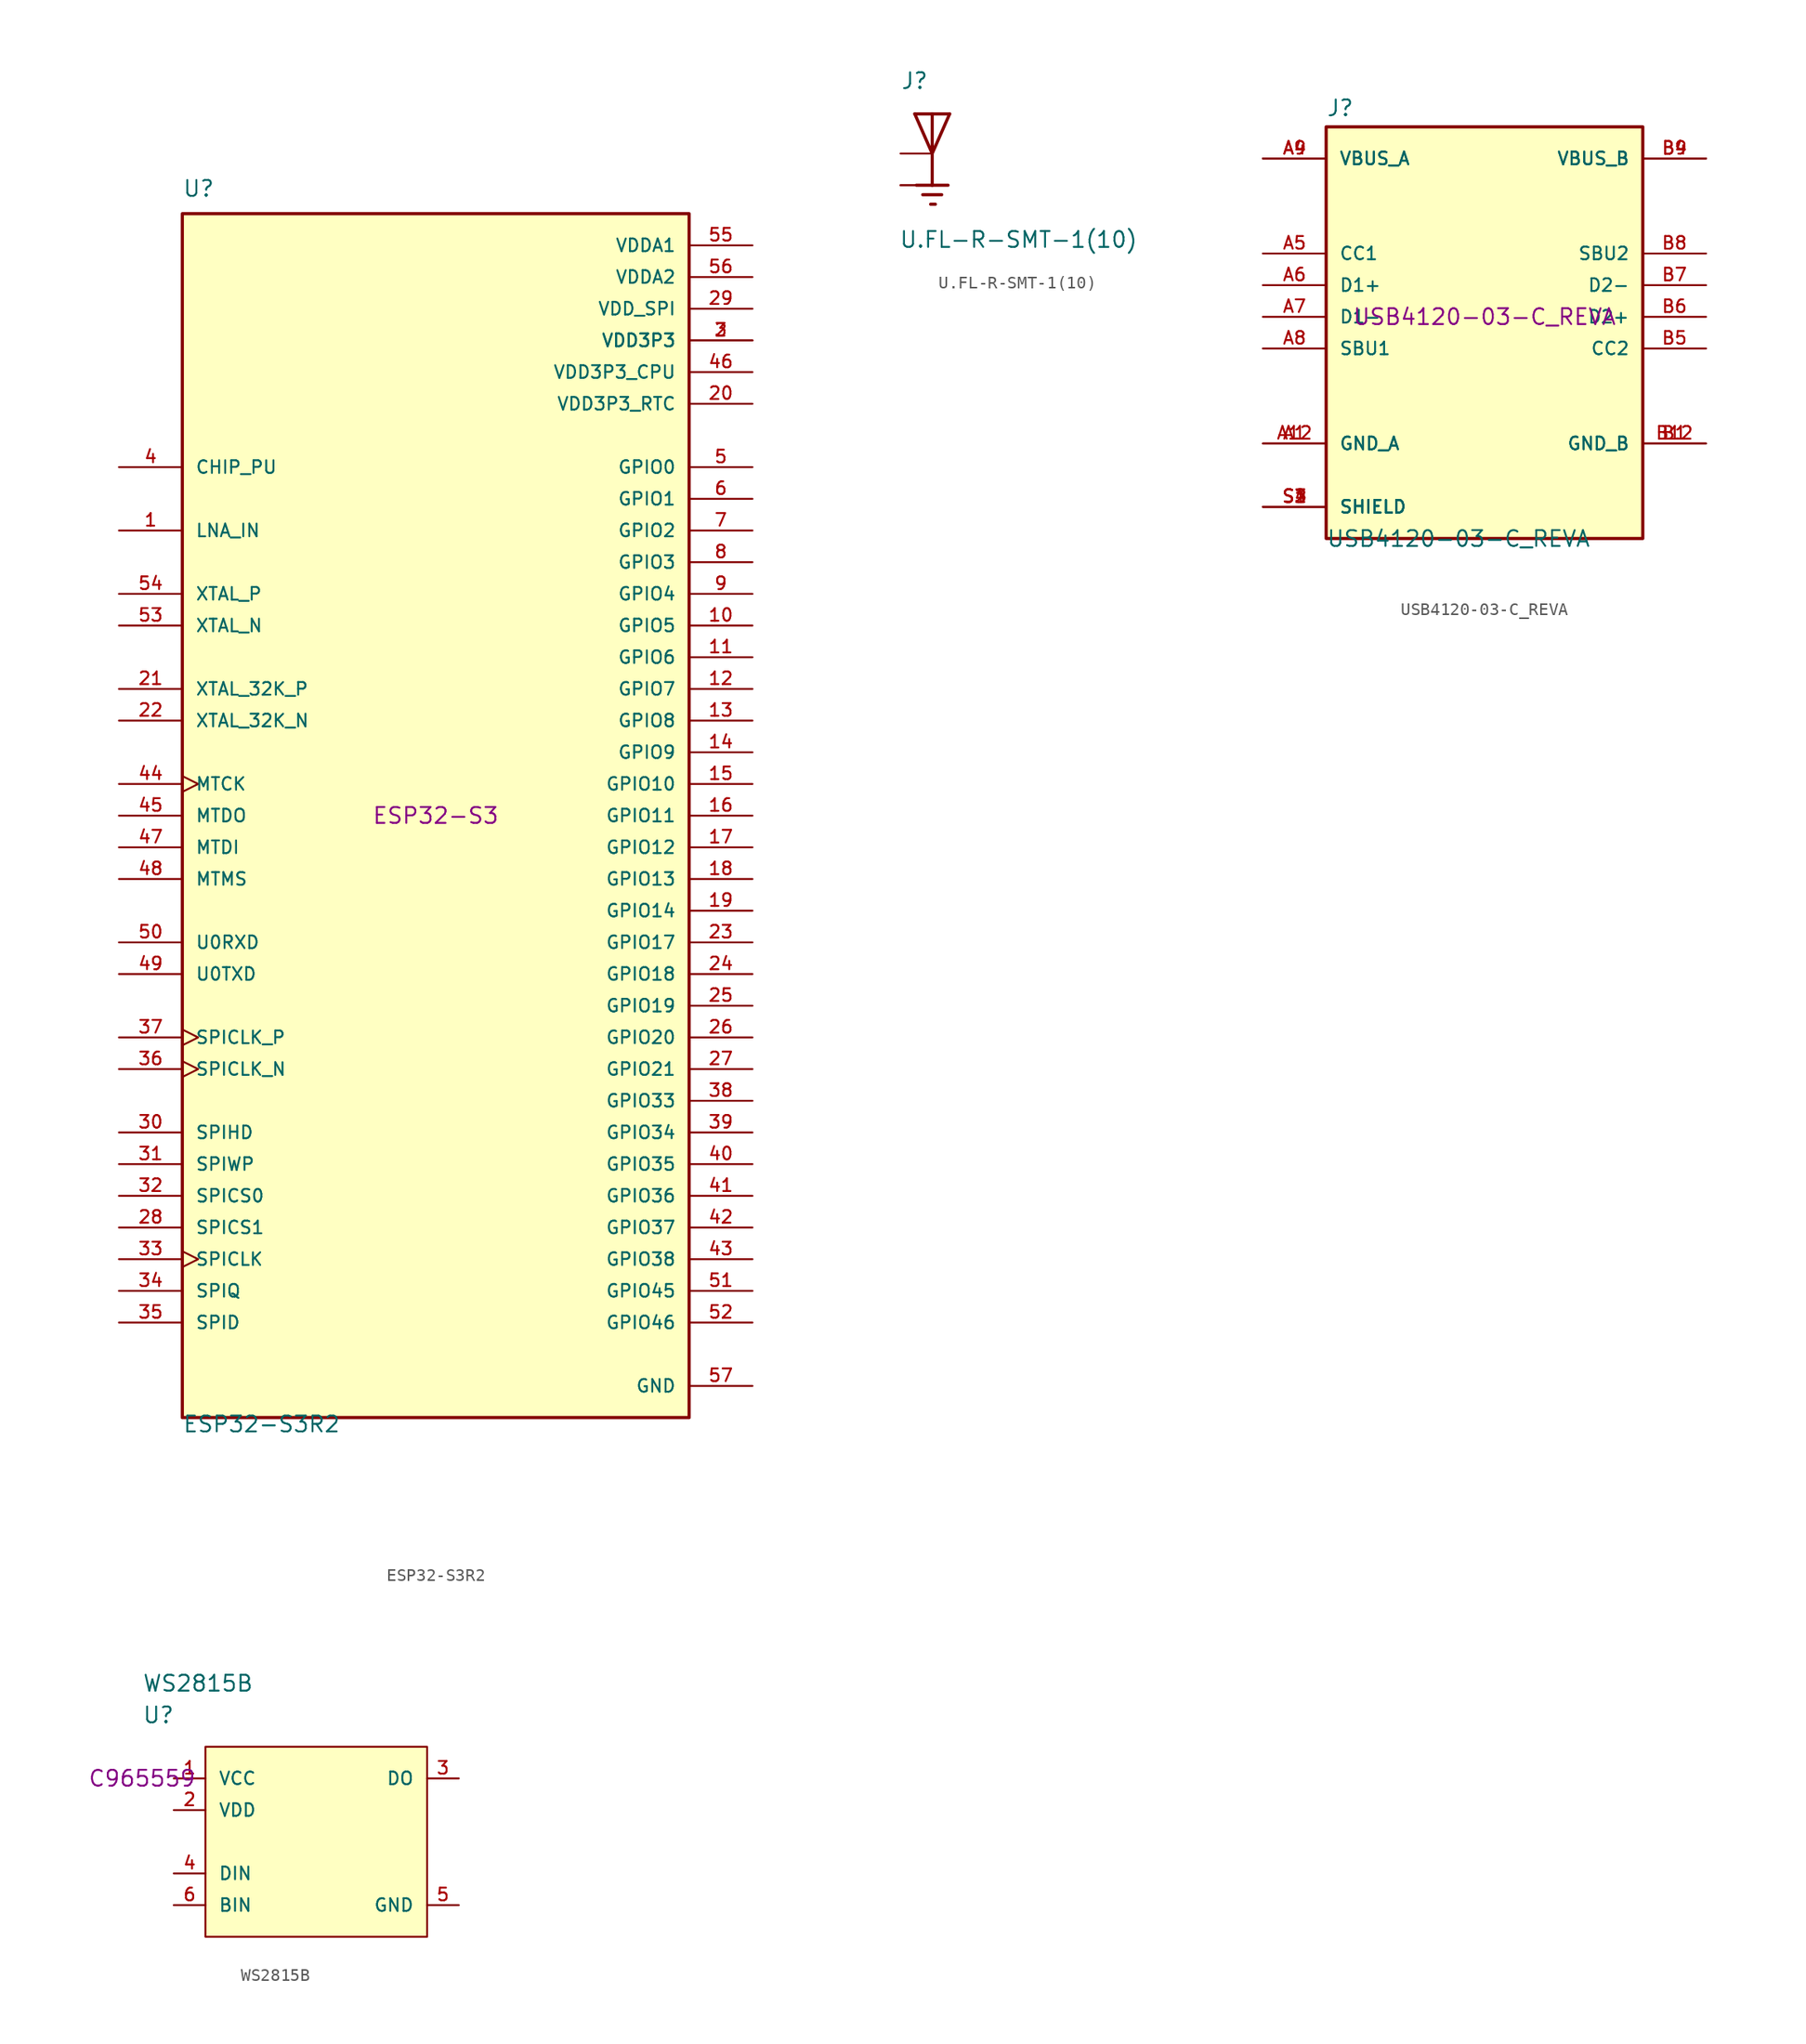
<source format=kicad_sym>
(kicad_symbol_lib
  (version 20211014)
  (generator kicad_symbol_editor)
  (symbol "ESP32-S3R2"
    (pin_names
      (offset 1.016))
    (property "Reference" "U"
      (at -20.32 49.53 0)
      (effects (font (size 1.27 1.27)) (justify left bottom)))
    (property "Value" "ESP32-S3R2"
      (at -20.32 -49.53 0)
      (effects (font (size 1.27 1.27)) (justify left bottom)))
    (property "MPN" "ESP32-S3"
      (at 0 0 0)
      (effects (font (size 1.27 1.27))))
    (symbol "ESP32-S3R2_0_0"
      (rectangle (start -20.32 -48.26) (end 20.32 48.26) (stroke (width 0.254) (type default) (color 0 0 0 0)) (fill (type background)))
      (pin bidirectional line (at -25.4 22.86 0) (length 5.08) (name "LNA_IN" (effects (font (size 1.016 1.016)))) (number "1" (effects (font (size 1.016 1.016)))))
      (pin bidirectional line (at 25.4 15.24 180) (length 5.08) (name "GPIO5" (effects (font (size 1.016 1.016)))) (number "10" (effects (font (size 1.016 1.016)))))
      (pin bidirectional line (at 25.4 12.7 180) (length 5.08) (name "GPIO6" (effects (font (size 1.016 1.016)))) (number "11" (effects (font (size 1.016 1.016)))))
      (pin bidirectional line (at 25.4 10.16 180) (length 5.08) (name "GPIO7" (effects (font (size 1.016 1.016)))) (number "12" (effects (font (size 1.016 1.016)))))
      (pin bidirectional line (at 25.4 7.62 180) (length 5.08) (name "GPIO8" (effects (font (size 1.016 1.016)))) (number "13" (effects (font (size 1.016 1.016)))))
      (pin bidirectional line (at 25.4 5.08 180) (length 5.08) (name "GPIO9" (effects (font (size 1.016 1.016)))) (number "14" (effects (font (size 1.016 1.016)))))
      (pin bidirectional line (at 25.4 2.54 180) (length 5.08) (name "GPIO10" (effects (font (size 1.016 1.016)))) (number "15" (effects (font (size 1.016 1.016)))))
      (pin bidirectional line (at 25.4 0 180) (length 5.08) (name "GPIO11" (effects (font (size 1.016 1.016)))) (number "16" (effects (font (size 1.016 1.016)))))
      (pin bidirectional line (at 25.4 -2.54 180) (length 5.08) (name "GPIO12" (effects (font (size 1.016 1.016)))) (number "17" (effects (font (size 1.016 1.016)))))
      (pin bidirectional line (at 25.4 -5.08 180) (length 5.08) (name "GPIO13" (effects (font (size 1.016 1.016)))) (number "18" (effects (font (size 1.016 1.016)))))
      (pin bidirectional line (at 25.4 -7.62 180) (length 5.08) (name "GPIO14" (effects (font (size 1.016 1.016)))) (number "19" (effects (font (size 1.016 1.016)))))
      (pin power_in line (at 25.4 38.1 180) (length 5.08) (name "VDD3P3" (effects (font (size 1.016 1.016)))) (number "2" (effects (font (size 1.016 1.016)))))
      (pin power_in line (at 25.4 33.02 180) (length 5.08) (name "VDD3P3_RTC" (effects (font (size 1.016 1.016)))) (number "20" (effects (font (size 1.016 1.016)))))
      (pin bidirectional line (at -25.4 10.16 0) (length 5.08) (name "XTAL_32K_P" (effects (font (size 1.016 1.016)))) (number "21" (effects (font (size 1.016 1.016)))))
      (pin bidirectional line (at -25.4 7.62 0) (length 5.08) (name "XTAL_32K_N" (effects (font (size 1.016 1.016)))) (number "22" (effects (font (size 1.016 1.016)))))
      (pin bidirectional line (at 25.4 -10.16 180) (length 5.08) (name "GPIO17" (effects (font (size 1.016 1.016)))) (number "23" (effects (font (size 1.016 1.016)))))
      (pin bidirectional line (at 25.4 -12.7 180) (length 5.08) (name "GPIO18" (effects (font (size 1.016 1.016)))) (number "24" (effects (font (size 1.016 1.016)))))
      (pin bidirectional line (at 25.4 -15.24 180) (length 5.08) (name "GPIO19" (effects (font (size 1.016 1.016)))) (number "25" (effects (font (size 1.016 1.016)))))
      (pin bidirectional line (at 25.4 -17.78 180) (length 5.08) (name "GPIO20" (effects (font (size 1.016 1.016)))) (number "26" (effects (font (size 1.016 1.016)))))
      (pin bidirectional line (at 25.4 -20.32 180) (length 5.08) (name "GPIO21" (effects (font (size 1.016 1.016)))) (number "27" (effects (font (size 1.016 1.016)))))
      (pin bidirectional line (at -25.4 -33.02 0) (length 5.08) (name "SPICS1" (effects (font (size 1.016 1.016)))) (number "28" (effects (font (size 1.016 1.016)))))
      (pin power_in line (at 25.4 40.64 180) (length 5.08) (name "VDD_SPI" (effects (font (size 1.016 1.016)))) (number "29" (effects (font (size 1.016 1.016)))))
      (pin power_in line (at 25.4 38.1 180) (length 5.08) (name "VDD3P3" (effects (font (size 1.016 1.016)))) (number "3" (effects (font (size 1.016 1.016)))))
      (pin bidirectional line (at -25.4 -25.4 0) (length 5.08) (name "SPIHD" (effects (font (size 1.016 1.016)))) (number "30" (effects (font (size 1.016 1.016)))))
      (pin bidirectional line (at -25.4 -27.94 0) (length 5.08) (name "SPIWP" (effects (font (size 1.016 1.016)))) (number "31" (effects (font (size 1.016 1.016)))))
      (pin bidirectional line (at -25.4 -30.48 0) (length 5.08) (name "SPICS0" (effects (font (size 1.016 1.016)))) (number "32" (effects (font (size 1.016 1.016)))))
      (pin bidirectional clock (at -25.4 -35.56 0) (length 5.08) (name "SPICLK" (effects (font (size 1.016 1.016)))) (number "33" (effects (font (size 1.016 1.016)))))
      (pin bidirectional line (at -25.4 -38.1 0) (length 5.08) (name "SPIQ" (effects (font (size 1.016 1.016)))) (number "34" (effects (font (size 1.016 1.016)))))
      (pin bidirectional line (at -25.4 -40.64 0) (length 5.08) (name "SPID" (effects (font (size 1.016 1.016)))) (number "35" (effects (font (size 1.016 1.016)))))
      (pin bidirectional clock (at -25.4 -20.32 0) (length 5.08) (name "SPICLK_N" (effects (font (size 1.016 1.016)))) (number "36" (effects (font (size 1.016 1.016)))))
      (pin bidirectional clock (at -25.4 -17.78 0) (length 5.08) (name "SPICLK_P" (effects (font (size 1.016 1.016)))) (number "37" (effects (font (size 1.016 1.016)))))
      (pin bidirectional line (at 25.4 -22.86 180) (length 5.08) (name "GPIO33" (effects (font (size 1.016 1.016)))) (number "38" (effects (font (size 1.016 1.016)))))
      (pin bidirectional line (at 25.4 -25.4 180) (length 5.08) (name "GPIO34" (effects (font (size 1.016 1.016)))) (number "39" (effects (font (size 1.016 1.016)))))
      (pin input line (at -25.4 27.94 0) (length 5.08) (name "CHIP_PU" (effects (font (size 1.016 1.016)))) (number "4" (effects (font (size 1.016 1.016)))))
      (pin bidirectional line (at 25.4 -27.94 180) (length 5.08) (name "GPIO35" (effects (font (size 1.016 1.016)))) (number "40" (effects (font (size 1.016 1.016)))))
      (pin bidirectional line (at 25.4 -30.48 180) (length 5.08) (name "GPIO36" (effects (font (size 1.016 1.016)))) (number "41" (effects (font (size 1.016 1.016)))))
      (pin bidirectional line (at 25.4 -33.02 180) (length 5.08) (name "GPIO37" (effects (font (size 1.016 1.016)))) (number "42" (effects (font (size 1.016 1.016)))))
      (pin bidirectional line (at 25.4 -35.56 180) (length 5.08) (name "GPIO38" (effects (font (size 1.016 1.016)))) (number "43" (effects (font (size 1.016 1.016)))))
      (pin bidirectional clock (at -25.4 2.54 0) (length 5.08) (name "MTCK" (effects (font (size 1.016 1.016)))) (number "44" (effects (font (size 1.016 1.016)))))
      (pin bidirectional line (at -25.4 0 0) (length 5.08) (name "MTDO" (effects (font (size 1.016 1.016)))) (number "45" (effects (font (size 1.016 1.016)))))
      (pin power_in line (at 25.4 35.56 180) (length 5.08) (name "VDD3P3_CPU" (effects (font (size 1.016 1.016)))) (number "46" (effects (font (size 1.016 1.016)))))
      (pin bidirectional line (at -25.4 -2.54 0) (length 5.08) (name "MTDI" (effects (font (size 1.016 1.016)))) (number "47" (effects (font (size 1.016 1.016)))))
      (pin bidirectional line (at -25.4 -5.08 0) (length 5.08) (name "MTMS" (effects (font (size 1.016 1.016)))) (number "48" (effects (font (size 1.016 1.016)))))
      (pin bidirectional line (at -25.4 -12.7 0) (length 5.08) (name "U0TXD" (effects (font (size 1.016 1.016)))) (number "49" (effects (font (size 1.016 1.016)))))
      (pin bidirectional line (at 25.4 27.94 180) (length 5.08) (name "GPIO0" (effects (font (size 1.016 1.016)))) (number "5" (effects (font (size 1.016 1.016)))))
      (pin bidirectional line (at -25.4 -10.16 0) (length 5.08) (name "U0RXD" (effects (font (size 1.016 1.016)))) (number "50" (effects (font (size 1.016 1.016)))))
      (pin bidirectional line (at 25.4 -38.1 180) (length 5.08) (name "GPIO45" (effects (font (size 1.016 1.016)))) (number "51" (effects (font (size 1.016 1.016)))))
      (pin bidirectional line (at 25.4 -40.64 180) (length 5.08) (name "GPIO46" (effects (font (size 1.016 1.016)))) (number "52" (effects (font (size 1.016 1.016)))))
      (pin output line (at -25.4 15.24 0) (length 5.08) (name "XTAL_N" (effects (font (size 1.016 1.016)))) (number "53" (effects (font (size 1.016 1.016)))))
      (pin input line (at -25.4 17.78 0) (length 5.08) (name "XTAL_P" (effects (font (size 1.016 1.016)))) (number "54" (effects (font (size 1.016 1.016)))))
      (pin power_in line (at 25.4 45.72 180) (length 5.08) (name "VDDA1" (effects (font (size 1.016 1.016)))) (number "55" (effects (font (size 1.016 1.016)))))
      (pin power_in line (at 25.4 43.18 180) (length 5.08) (name "VDDA2" (effects (font (size 1.016 1.016)))) (number "56" (effects (font (size 1.016 1.016)))))
      (pin power_in line (at 25.4 -45.72 180) (length 5.08) (name "GND" (effects (font (size 1.016 1.016)))) (number "57" (effects (font (size 1.016 1.016)))))
      (pin bidirectional line (at 25.4 25.4 180) (length 5.08) (name "GPIO1" (effects (font (size 1.016 1.016)))) (number "6" (effects (font (size 1.016 1.016)))))
      (pin bidirectional line (at 25.4 22.86 180) (length 5.08) (name "GPIO2" (effects (font (size 1.016 1.016)))) (number "7" (effects (font (size 1.016 1.016)))))
      (pin bidirectional line (at 25.4 20.32 180) (length 5.08) (name "GPIO3" (effects (font (size 1.016 1.016)))) (number "8" (effects (font (size 1.016 1.016)))))
      (pin bidirectional line (at 25.4 17.78 180) (length 5.08) (name "GPIO4" (effects (font (size 1.016 1.016)))) (number "9" (effects (font (size 1.016 1.016)))))))
  (symbol "U.FL-R-SMT-1(10)"
    (pin_numbers hide)
    (pin_names
      (offset 1.016) hide)
    (property "Reference" "J"
      (at -2.54 5.08 0)
      (effects (font (size 1.27 1.27)) (justify left bottom)))
    (property "Value" "U.FL-R-SMT-1(10)"
      (at -2.667 -7.645 0)
      (effects (font (size 1.27 1.27)) (justify left bottom)))
    (symbol "U.FL-R-SMT-1(10)_0_0"
      (polyline (pts (xy -1.397 3.175) (xy 0 3.175)) (stroke (width 0.254) (type default) (color 0 0 0 0)) (fill (type none)))
      (polyline (pts (xy -0.762 -3.302) (xy 0.762 -3.302)) (stroke (width 0.254) (type default) (color 0 0 0 0)) (fill (type none)))
      (polyline (pts (xy -0.127 -4.064) (xy 0.254 -4.064)) (stroke (width 0.254) (type default) (color 0 0 0 0)) (fill (type none)))
      (polyline (pts (xy 0 -2.54) (xy -1.27 -2.54)) (stroke (width 0.254) (type default) (color 0 0 0 0)) (fill (type none)))
      (polyline (pts (xy 0 -2.54) (xy 1.27 -2.54)) (stroke (width 0.254) (type default) (color 0 0 0 0)) (fill (type none)))
      (polyline (pts (xy 0 0) (xy -1.397 3.175)) (stroke (width 0.254) (type default) (color 0 0 0 0)) (fill (type none)))
      (polyline (pts (xy 0 0) (xy 0 -2.54)) (stroke (width 0.254) (type default) (color 0 0 0 0)) (fill (type none)))
      (polyline (pts (xy 0 3.175) (xy 0 0)) (stroke (width 0.254) (type default) (color 0 0 0 0)) (fill (type none)))
      (polyline (pts (xy 0 3.175) (xy 1.397 3.175)) (stroke (width 0.254) (type default) (color 0 0 0 0)) (fill (type none)))
      (polyline (pts (xy 1.397 3.175) (xy 0 0)) (stroke (width 0.254) (type default) (color 0 0 0 0)) (fill (type none)))
      (pin passive line (at -2.54 -2.54 0) (length 2.54) (name "~" (effects (font (size 1.016 1.016)))) (number "1" (effects (font (size 1.016 1.016)))))
      (pin passive line (at -2.54 0 0) (length 2.54) (name "~" (effects (font (size 1.016 1.016)))) (number "2" (effects (font (size 1.016 1.016)))))
      (pin passive line (at -2.54 -2.54 0) (length 2.54) (name "~" (effects (font (size 1.016 1.016)))) (number "3" (effects (font (size 1.016 1.016)))))))
  (symbol "USB4120-03-C_REVA"
    (pin_names
      (offset 1.016))
    (property "Reference" "J"
      (at -12.7 16.002 0)
      (effects (font (size 1.27 1.27)) (justify left bottom)))
    (property "Value" "USB4120-03-C_REVA"
      (at -12.7 -18.542 0)
      (effects (font (size 1.27 1.27)) (justify left bottom)))
    (property "MPN" "USB4120-03-C_REVA"
      (at 0 0 0)
      (effects (font (size 1.27 1.27))))
    (symbol "USB4120-03-C_REVA_0_0"
      (rectangle (start -12.7 -17.78) (end 12.7 15.24) (stroke (width 0.254) (type default) (color 0 0 0 0)) (fill (type background)))
      (pin power_in line (at -17.78 -10.16 0) (length 5.08) (name "GND_A" (effects (font (size 1.016 1.016)))) (number "A1" (effects (font (size 1.016 1.016)))))
      (pin power_in line (at -17.78 -10.16 0) (length 5.08) (name "GND_A" (effects (font (size 1.016 1.016)))) (number "A12" (effects (font (size 1.016 1.016)))))
      (pin power_in line (at -17.78 12.7 0) (length 5.08) (name "VBUS_A" (effects (font (size 1.016 1.016)))) (number "A4" (effects (font (size 1.016 1.016)))))
      (pin bidirectional line (at -17.78 5.08 0) (length 5.08) (name "CC1" (effects (font (size 1.016 1.016)))) (number "A5" (effects (font (size 1.016 1.016)))))
      (pin bidirectional line (at -17.78 2.54 0) (length 5.08) (name "D1+" (effects (font (size 1.016 1.016)))) (number "A6" (effects (font (size 1.016 1.016)))))
      (pin bidirectional line (at -17.78 0 0) (length 5.08) (name "D1-" (effects (font (size 1.016 1.016)))) (number "A7" (effects (font (size 1.016 1.016)))))
      (pin bidirectional line (at -17.78 -2.54 0) (length 5.08) (name "SBU1" (effects (font (size 1.016 1.016)))) (number "A8" (effects (font (size 1.016 1.016)))))
      (pin power_in line (at -17.78 12.7 0) (length 5.08) (name "VBUS_A" (effects (font (size 1.016 1.016)))) (number "A9" (effects (font (size 1.016 1.016)))))
      (pin power_in line (at 17.78 -10.16 180) (length 5.08) (name "GND_B" (effects (font (size 1.016 1.016)))) (number "B1" (effects (font (size 1.016 1.016)))))
      (pin power_in line (at 17.78 -10.16 180) (length 5.08) (name "GND_B" (effects (font (size 1.016 1.016)))) (number "B12" (effects (font (size 1.016 1.016)))))
      (pin power_in line (at 17.78 12.7 180) (length 5.08) (name "VBUS_B" (effects (font (size 1.016 1.016)))) (number "B4" (effects (font (size 1.016 1.016)))))
      (pin bidirectional line (at 17.78 -2.54 180) (length 5.08) (name "CC2" (effects (font (size 1.016 1.016)))) (number "B5" (effects (font (size 1.016 1.016)))))
      (pin bidirectional line (at 17.78 0 180) (length 5.08) (name "D2+" (effects (font (size 1.016 1.016)))) (number "B6" (effects (font (size 1.016 1.016)))))
      (pin bidirectional line (at 17.78 2.54 180) (length 5.08) (name "D2-" (effects (font (size 1.016 1.016)))) (number "B7" (effects (font (size 1.016 1.016)))))
      (pin bidirectional line (at 17.78 5.08 180) (length 5.08) (name "SBU2" (effects (font (size 1.016 1.016)))) (number "B8" (effects (font (size 1.016 1.016)))))
      (pin power_in line (at 17.78 12.7 180) (length 5.08) (name "VBUS_B" (effects (font (size 1.016 1.016)))) (number "B9" (effects (font (size 1.016 1.016)))))
      (pin passive line (at -17.78 -15.24 0) (length 5.08) (name "SHIELD" (effects (font (size 1.016 1.016)))) (number "S1" (effects (font (size 1.016 1.016)))))
      (pin passive line (at -17.78 -15.24 0) (length 5.08) (name "SHIELD" (effects (font (size 1.016 1.016)))) (number "S2" (effects (font (size 1.016 1.016)))))
      (pin passive line (at -17.78 -15.24 0) (length 5.08) (name "SHIELD" (effects (font (size 1.016 1.016)))) (number "S3" (effects (font (size 1.016 1.016)))))
      (pin passive line (at -17.78 -15.24 0) (length 5.08) (name "SHIELD" (effects (font (size 1.016 1.016)))) (number "S4" (effects (font (size 1.016 1.016)))))))
  (symbol "WS2815B"
    (pin_names
      (offset 1.016))
    (property "Reference" "U"
      (at 0 5.08 0)
      (effects (font (size 1.27 1.27)) (justify left)))
    (property "Value" "WS2815B"
      (at 0 7.62 0)
      (effects (font (size 1.27 1.27)) (justify left)))
    (property "LCSC" "C965559"
      (at 0 0 0)
      (effects (font (size 1.27 1.27))))
    (symbol "WS2815B_1_1"
      (rectangle (start 5.08 2.54) (end 22.86 -12.7) (stroke (width 0) (type default) (color 0 0 0 0)) (fill (type background)))
      (pin power_in line (at 2.54 0 0) (length 2.54) (name "VCC" (effects (font (size 1.016 1.016)))) (number "1" (effects (font (size 1.016 1.016)))))
      (pin power_in line (at 2.54 -2.54 0) (length 2.54) (name "VDD" (effects (font (size 1.016 1.016)))) (number "2" (effects (font (size 1.016 1.016)))))
      (pin output line (at 25.4 0 180) (length 2.54) (name "DO" (effects (font (size 1.016 1.016)))) (number "3" (effects (font (size 1.016 1.016)))))
      (pin input line (at 2.54 -7.62 0) (length 2.54) (name "DIN" (effects (font (size 1.016 1.016)))) (number "4" (effects (font (size 1.016 1.016)))))
      (pin power_in line (at 25.4 -10.16 180) (length 2.54) (name "GND" (effects (font (size 1.016 1.016)))) (number "5" (effects (font (size 1.016 1.016)))))
      (pin input line (at 2.54 -10.16 0) (length 2.54) (name "BIN" (effects (font (size 1.016 1.016)))) (number "6" (effects (font (size 1.016 1.016))))))))
</source>
